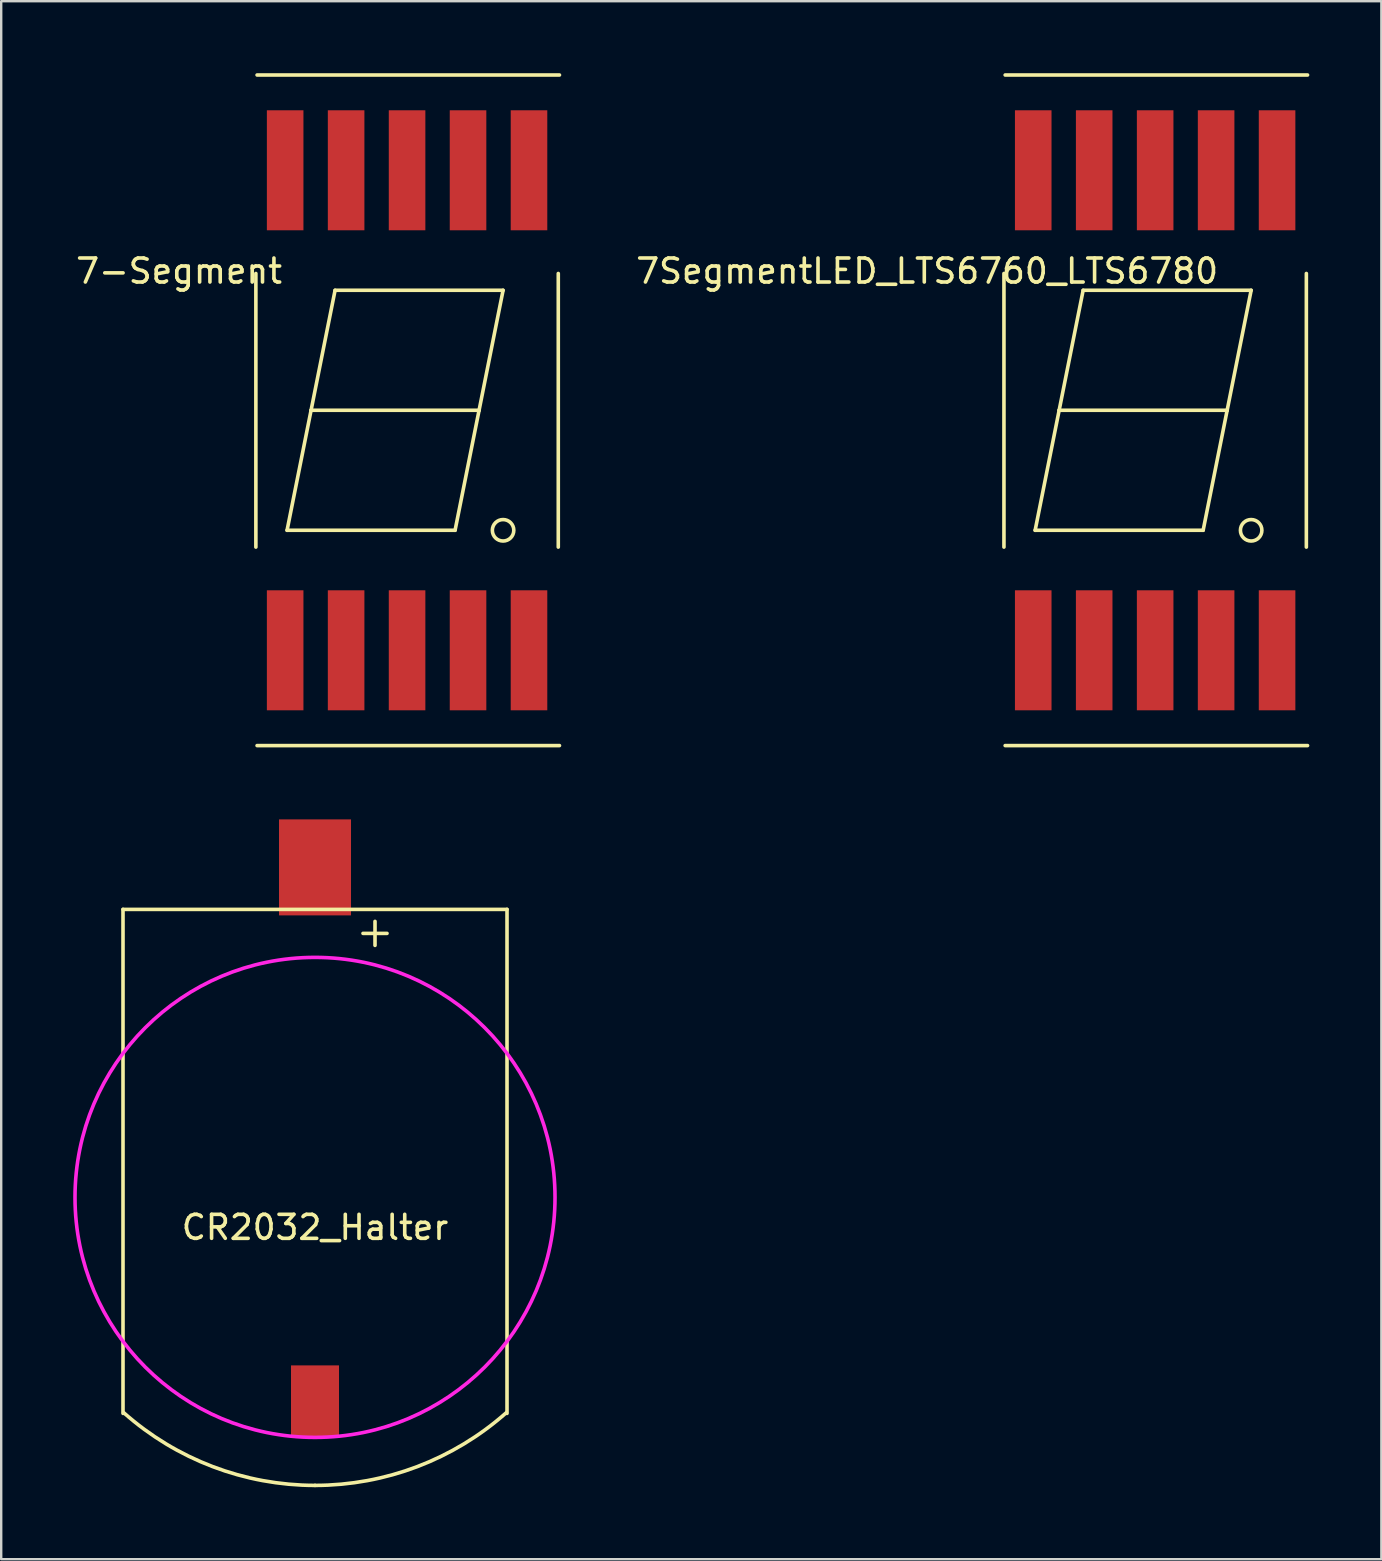
<source format=kicad_pcb>
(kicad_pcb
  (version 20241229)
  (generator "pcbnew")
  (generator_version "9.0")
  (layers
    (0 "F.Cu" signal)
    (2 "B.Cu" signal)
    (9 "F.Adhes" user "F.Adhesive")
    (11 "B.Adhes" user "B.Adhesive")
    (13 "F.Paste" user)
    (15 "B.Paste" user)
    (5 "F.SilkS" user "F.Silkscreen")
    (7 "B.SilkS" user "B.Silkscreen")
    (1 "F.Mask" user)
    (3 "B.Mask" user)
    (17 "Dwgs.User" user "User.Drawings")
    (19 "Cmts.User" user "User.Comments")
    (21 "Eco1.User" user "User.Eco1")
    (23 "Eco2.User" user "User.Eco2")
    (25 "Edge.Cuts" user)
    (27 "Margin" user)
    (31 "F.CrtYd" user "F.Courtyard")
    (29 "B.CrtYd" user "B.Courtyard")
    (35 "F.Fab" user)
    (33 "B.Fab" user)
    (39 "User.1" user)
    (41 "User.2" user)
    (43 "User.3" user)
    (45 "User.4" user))
  (footprint "CR2032_Halter"
    (layer "F.Cu")
    (at 10.075 46.84)
    (property "Reference" "CR2032_Halter" (at 0 1.25 0) (layer "F.SilkS") (effects (font (size 1 1) (thickness 0.15))))
    (attr through_hole)
    (fp_line (start -8 -12) (end 8 -12) (stroke (width 0.15) (type solid)) (layer "F.SilkS"))
    (fp_line (start -8 9) (end -8 -12) (stroke (width 0.15) (type solid)) (layer "F.SilkS"))
    (fp_line (start 2 -11) (end 3 -11) (stroke (width 0.15) (type solid)) (layer "F.SilkS"))
    (fp_line (start 2.5 -11.5) (end 2.5 -10.5) (stroke (width 0.15) (type solid)) (layer "F.SilkS"))
    (fp_line (start 8 -12) (end 8 9) (stroke (width 0.15) (type solid)) (layer "F.SilkS"))
    (fp_arc (start 0 12) (mid -4.264567 11.21666) (end -7.972366 8.968912) (stroke (width 0.15) (type solid)) (layer "F.SilkS"))
    (fp_arc (start 7.972366 8.968911) (mid 4.264567 11.21666) (end 0 12) (stroke (width 0.15) (type solid)) (layer "F.SilkS"))
    (fp_circle (center 0 0) (end 10 0) (stroke (width 0.15) (type solid)) (fill no) (layer "F.CrtYd"))
    (pad "1" smd rect (at 0 -13.75) (size 3 4) (layers "F.Cu" "F.Mask" "F.Paste"))
    (pad "2" smd rect (at 0 8.5) (size 2 3) (layers "F.Cu" "F.Mask" "F.Paste")))
  (footprint "7-Segment"
    (layer "F.Cu")
    (at 13.911 14.045)
    (property "Reference" "7-Segment" (at -9.5 -5.8 0) (layer "F.SilkS") (effects (font (size 1 1) (thickness 0.15))))
    (attr through_hole)
    (fp_line (start -6.3 -5.7) (end -6.3 5.7) (stroke (width 0.15) (type solid)) (layer "F.SilkS"))
    (fp_line (start -6.25 -13.97) (end 6.35 -13.97) (stroke (width 0.15) (type solid)) (layer "F.SilkS"))
    (fp_line (start -5 5) (end 2 5) (stroke (width 0.15) (type solid)) (layer "F.SilkS"))
    (fp_line (start -4 0) (end -5 5) (stroke (width 0.15) (type solid)) (layer "F.SilkS"))
    (fp_line (start -3 -5) (end -4 0) (stroke (width 0.15) (type solid)) (layer "F.SilkS"))
    (fp_line (start -3 -5) (end 4 -5) (stroke (width 0.15) (type solid)) (layer "F.SilkS"))
    (fp_line (start 2 5) (end 3 0) (stroke (width 0.15) (type solid)) (layer "F.SilkS"))
    (fp_line (start 3 0) (end -4 0) (stroke (width 0.15) (type solid)) (layer "F.SilkS"))
    (fp_line (start 4 -5) (end 3 0) (stroke (width 0.15) (type solid)) (layer "F.SilkS"))
    (fp_line (start 6.3 -5.7) (end 6.3 5.7) (stroke (width 0.15) (type solid)) (layer "F.SilkS"))
    (fp_line (start 6.35 13.97) (end -6.25 13.97) (stroke (width 0.15) (type solid)) (layer "F.SilkS"))
    (fp_circle (center 4 5) (end 4.4 5.2) (stroke (width 0.15) (type solid)) (fill no) (layer "F.SilkS"))
    (pad "1" smd rect (at -5.08 10) (size 1.524 5) (layers "F.Cu" "F.Mask" "F.Paste"))
    (pad "2" smd rect (at -2.54 10) (size 1.524 5) (layers "F.Cu" "F.Mask" "F.Paste"))
    (pad "3" smd rect (at 0 10) (size 1.524 5) (layers "F.Cu" "F.Mask" "F.Paste"))
    (pad "4" smd rect (at 2.54 10) (size 1.524 5) (layers "F.Cu" "F.Mask" "F.Paste"))
    (pad "5" smd rect (at 5.08 10) (size 1.524 5) (layers "F.Cu" "F.Mask" "F.Paste"))
    (pad "6" smd rect (at 5.08 -10) (size 1.524 5) (layers "F.Cu" "F.Mask" "F.Paste"))
    (pad "7" smd rect (at 2.54 -10) (size 1.524 5) (layers "F.Cu" "F.Mask" "F.Paste"))
    (pad "8" smd rect (at 0 -10) (size 1.524 5) (layers "F.Cu" "F.Mask" "F.Paste"))
    (pad "9" smd rect (at -2.54 -10) (size 1.524 5) (layers "F.Cu" "F.Mask" "F.Paste"))
    (pad "10" smd rect (at -5.08 -10) (size 1.524 5) (layers "F.Cu" "F.Mask" "F.Paste")))
  (footprint "7SegmentLED_LTS6760_LTS6780"
    (layer "F.Cu")
    (at 45.08 14.045)
    (property "Reference" "7SegmentLED_LTS6760_LTS6780" (at -9.5 -5.8 0) (layer "F.SilkS") (effects (font (size 1 1) (thickness 0.15))))
    (attr through_hole)
    (fp_line (start -6.3 -5.7) (end -6.3 5.7) (stroke (width 0.15) (type solid)) (layer "F.SilkS"))
    (fp_line (start -6.25 -13.97) (end 6.35 -13.97) (stroke (width 0.15) (type solid)) (layer "F.SilkS"))
    (fp_line (start -5 5) (end 2 5) (stroke (width 0.15) (type solid)) (layer "F.SilkS"))
    (fp_line (start -4 0) (end -5 5) (stroke (width 0.15) (type solid)) (layer "F.SilkS"))
    (fp_line (start -3 -5) (end -4 0) (stroke (width 0.15) (type solid)) (layer "F.SilkS"))
    (fp_line (start -3 -5) (end 4 -5) (stroke (width 0.15) (type solid)) (layer "F.SilkS"))
    (fp_line (start 2 5) (end 3 0) (stroke (width 0.15) (type solid)) (layer "F.SilkS"))
    (fp_line (start 3 0) (end -4 0) (stroke (width 0.15) (type solid)) (layer "F.SilkS"))
    (fp_line (start 4 -5) (end 3 0) (stroke (width 0.15) (type solid)) (layer "F.SilkS"))
    (fp_line (start 6.3 -5.7) (end 6.3 5.7) (stroke (width 0.15) (type solid)) (layer "F.SilkS"))
    (fp_line (start 6.35 13.97) (end -6.25 13.97) (stroke (width 0.15) (type solid)) (layer "F.SilkS"))
    (fp_circle (center 4 5) (end 4.4 5.2) (stroke (width 0.15) (type solid)) (fill no) (layer "F.SilkS"))
    (pad "1" smd rect (at -5.08 10) (size 1.524 5) (layers "F.Cu" "F.Mask" "F.Paste"))
    (pad "2" smd rect (at -2.54 10) (size 1.524 5) (layers "F.Cu" "F.Mask" "F.Paste"))
    (pad "3" smd rect (at 0 10) (size 1.524 5) (layers "F.Cu" "F.Mask" "F.Paste"))
    (pad "4" smd rect (at 2.54 10) (size 1.524 5) (layers "F.Cu" "F.Mask" "F.Paste"))
    (pad "5" smd rect (at 5.08 10) (size 1.524 5) (layers "F.Cu" "F.Mask" "F.Paste"))
    (pad "6" smd rect (at 5.08 -10) (size 1.524 5) (layers "F.Cu" "F.Mask" "F.Paste"))
    (pad "7" smd rect (at 2.54 -10) (size 1.524 5) (layers "F.Cu" "F.Mask" "F.Paste"))
    (pad "8" smd rect (at 0 -10) (size 1.524 5) (layers "F.Cu" "F.Mask" "F.Paste"))
    (pad "9" smd rect (at -2.54 -10) (size 1.524 5) (layers "F.Cu" "F.Mask" "F.Paste"))
    (pad "10" smd rect (at -5.08 -10) (size 1.524 5) (layers "F.Cu" "F.Mask" "F.Paste")))
  (gr_rect
    (start -3 -3)
    (end 54.505 61.915)
    (stroke (width 0.1) (type default))
    (fill no)
    (layer "Edge.Cuts")))
</source>
